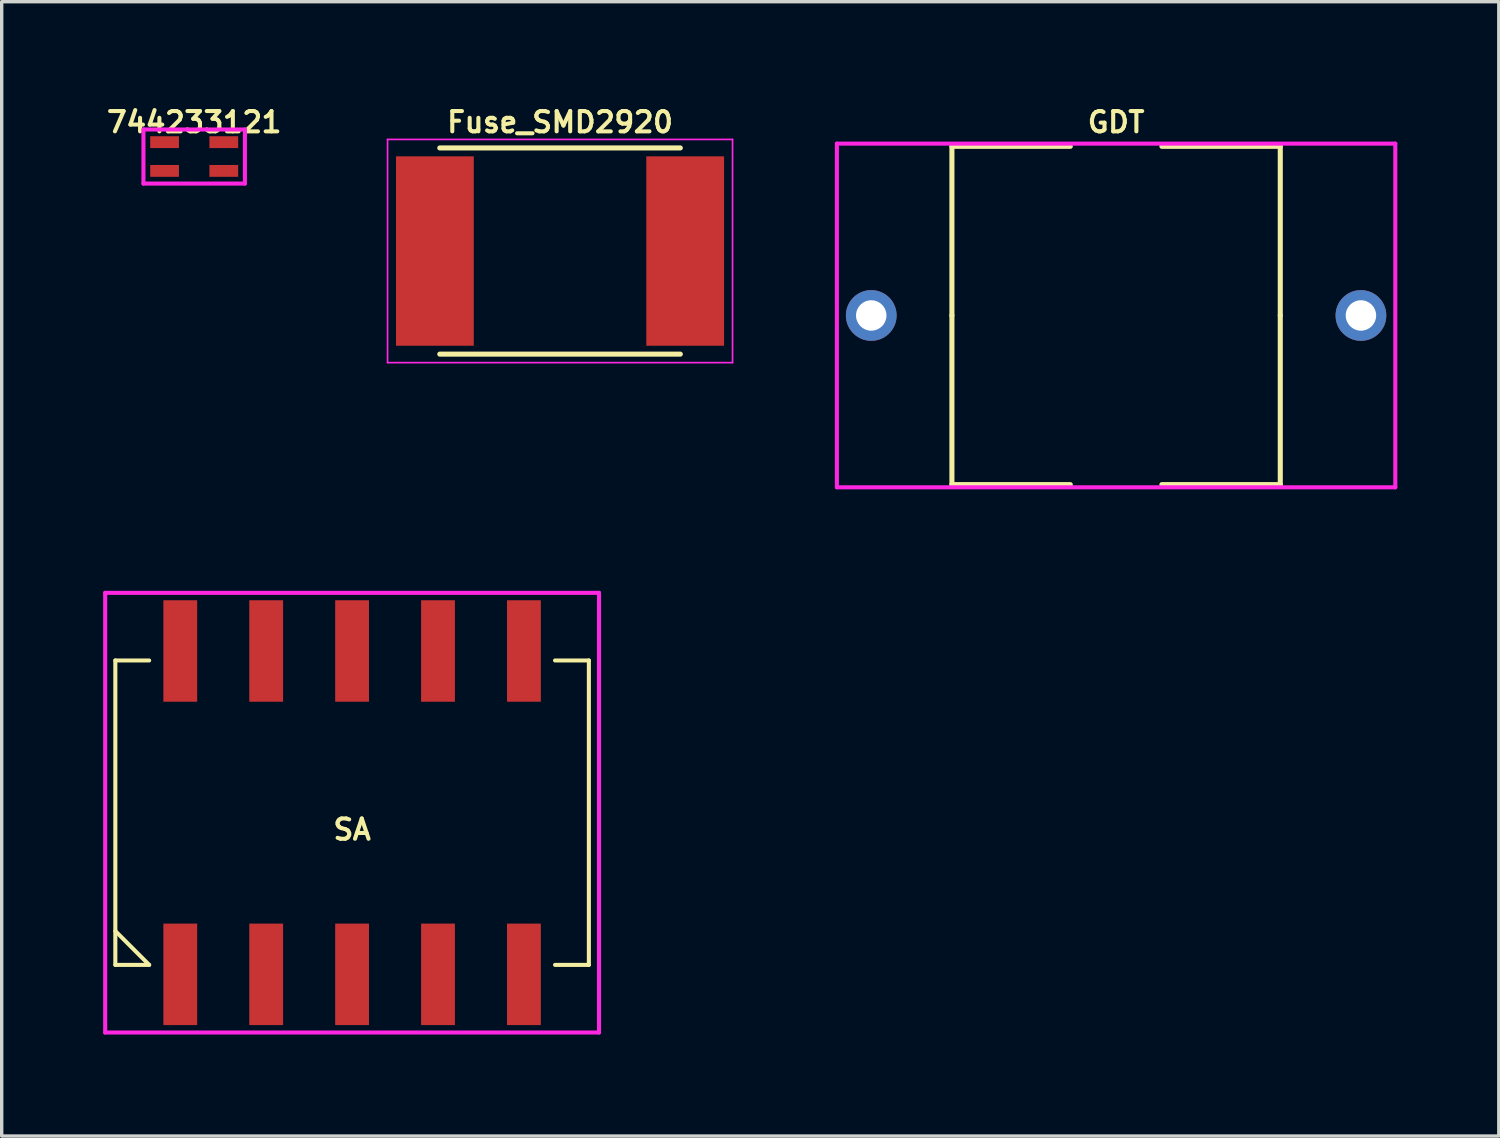
<source format=kicad_pcb>
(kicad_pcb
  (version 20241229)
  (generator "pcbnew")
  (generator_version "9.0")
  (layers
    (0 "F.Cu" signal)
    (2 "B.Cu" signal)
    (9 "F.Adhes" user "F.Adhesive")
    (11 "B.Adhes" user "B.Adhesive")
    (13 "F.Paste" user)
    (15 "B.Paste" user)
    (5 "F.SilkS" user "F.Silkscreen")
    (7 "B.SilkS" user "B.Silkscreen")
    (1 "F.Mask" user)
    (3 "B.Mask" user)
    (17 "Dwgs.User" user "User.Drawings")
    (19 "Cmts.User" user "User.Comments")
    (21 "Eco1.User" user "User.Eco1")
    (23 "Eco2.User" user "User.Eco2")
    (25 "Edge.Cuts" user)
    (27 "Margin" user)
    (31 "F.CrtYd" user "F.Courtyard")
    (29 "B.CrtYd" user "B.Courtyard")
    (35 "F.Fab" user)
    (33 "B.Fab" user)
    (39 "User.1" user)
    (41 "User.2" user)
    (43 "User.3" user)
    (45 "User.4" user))
  (footprint "Fuse_SMD2920"
    (layer "F.Cu")
    (at 13.508 4.372)
    (property "Reference" "Fuse_SMD2920" (at 0 -3.81 0) (layer "F.SilkS") (effects (font (size 0.6 0.6) (thickness 0.12))))
    (attr smd)
    (fp_line (start -3.556 -3.048) (end 3.556 -3.048) (stroke (width 0.15) (type solid)) (layer "F.SilkS"))
    (fp_line (start -3.556 3.048) (end 3.556 3.048) (stroke (width 0.15) (type solid)) (layer "F.SilkS"))
    (fp_line (start -5.1 -3.3) (end -5.1 3.3) (stroke (width 0.05) (type solid)) (layer "F.CrtYd"))
    (fp_line (start -5.1 -3.3) (end 5.1 -3.3) (stroke (width 0.05) (type solid)) (layer "F.CrtYd"))
    (fp_line (start -5.1 3.3) (end 5.1 3.3) (stroke (width 0.05) (type solid)) (layer "F.CrtYd"))
    (fp_line (start 5.1 -3.3) (end 5.1 3.3) (stroke (width 0.05) (type solid)) (layer "F.CrtYd"))
    (pad "1" smd rect (at -3.7 0 90) (size 5.6 2.3) (layers "F.Cu" "F.Mask" "F.Paste"))
    (pad "2" smd rect (at 3.7 0 90) (size 5.6 2.3) (layers "F.Cu" "F.Mask" "F.Paste")))
  (footprint "SA"
    (layer "F.Cu")
    (at 7.36 20.977)
    (property "Reference" "SA" (at 0 0.5 0) (layer "F.SilkS") (effects (font (size 0.6 0.6) (thickness 0.12))))
    (attr through_hole)
    (fp_line (start -7 -4.5) (end -7 4.5) (stroke (width 0.12) (type solid)) (layer "F.SilkS"))
    (fp_line (start -7 -4.5) (end -6 -4.5) (stroke (width 0.12) (type solid)) (layer "F.SilkS"))
    (fp_line (start -7 4.5) (end -6 4.5) (stroke (width 0.12) (type solid)) (layer "F.SilkS"))
    (fp_line (start -6 4.5) (end -7 3.5) (stroke (width 0.12) (type solid)) (layer "F.SilkS"))
    (fp_line (start 7 -4.5) (end 6 -4.5) (stroke (width 0.12) (type solid)) (layer "F.SilkS"))
    (fp_line (start 7 -4.5) (end 7 4.5) (stroke (width 0.12) (type solid)) (layer "F.SilkS"))
    (fp_line (start 7 4.5) (end 6 4.5) (stroke (width 0.12) (type solid)) (layer "F.SilkS"))
    (fp_line (start -7.3 -6.5) (end -7.3 6.5) (stroke (width 0.12) (type solid)) (layer "F.CrtYd"))
    (fp_line (start -7.3 6.5) (end 7.3 6.5) (stroke (width 0.12) (type solid)) (layer "F.CrtYd"))
    (fp_line (start 7.3 -6.5) (end -7.3 -6.5) (stroke (width 0.12) (type solid)) (layer "F.CrtYd"))
    (fp_line (start 7.3 6.5) (end 7.3 -6.5) (stroke (width 0.12) (type solid)) (layer "F.CrtYd"))
    (pad "1" smd rect (at -5.08 4.78) (size 1 3) (layers "F.Cu" "F.Mask" "F.Paste"))
    (pad "2" smd rect (at -2.54 4.78) (size 1 3) (layers "F.Cu" "F.Mask" "F.Paste"))
    (pad "3" smd rect (at 0 4.78) (size 1 3) (layers "F.Cu" "F.Mask" "F.Paste"))
    (pad "4" smd rect (at 2.54 4.78) (size 1 3) (layers "F.Cu" "F.Mask" "F.Paste"))
    (pad "5" smd rect (at 5.08 4.78) (size 1 3) (layers "F.Cu" "F.Mask" "F.Paste"))
    (pad "6" smd rect (at 5.08 -4.78) (size 1 3) (layers "F.Cu" "F.Mask" "F.Paste"))
    (pad "7" smd rect (at 2.54 -4.78) (size 1 3) (layers "F.Cu" "F.Mask" "F.Paste"))
    (pad "8" smd rect (at 0 -4.78) (size 1 3) (layers "F.Cu" "F.Mask" "F.Paste"))
    (pad "9" smd rect (at -2.54 -4.78) (size 1 3) (layers "F.Cu" "F.Mask" "F.Paste"))
    (pad "10" smd rect (at -5.08 -4.78) (size 1 3) (layers "F.Cu" "F.Mask" "F.Paste")))
  (footprint "744233121"
    (layer "F.Cu")
    (at 2.691 1.578)
    (property "Reference" "744233121" (at 0 -1.016 0) (layer "F.SilkS") (effects (font (size 0.6 0.6) (thickness 0.12))))
    (attr through_hole)
    (fp_line (start -1.5 -0.8) (end 1.5 -0.8) (stroke (width 0.12) (type solid)) (layer "F.CrtYd"))
    (fp_line (start -1.5 0.8) (end -1.5 -0.8) (stroke (width 0.12) (type solid)) (layer "F.CrtYd"))
    (fp_line (start 1.5 -0.8) (end 1.5 0.8) (stroke (width 0.12) (type solid)) (layer "F.CrtYd"))
    (fp_line (start 1.5 0.8) (end -1.5 0.8) (stroke (width 0.12) (type solid)) (layer "F.CrtYd"))
    (pad "1" smd rect (at -0.875 -0.425) (size 0.85 0.35) (layers "F.Cu" "F.Mask" "F.Paste"))
    (pad "2" smd rect (at 0.875 -0.425) (size 0.85 0.35) (layers "F.Cu" "F.Mask" "F.Paste"))
    (pad "3" smd rect (at 0.875 0.425) (size 0.85 0.35) (layers "F.Cu" "F.Mask" "F.Paste"))
    (pad "4" smd rect (at -0.875 0.425) (size 0.85 0.35) (layers "F.Cu" "F.Mask" "F.Paste")))
  (footprint "GDT"
    (layer "F.Cu")
    (at 29.948 6.277)
    (property "Reference" "GDT" (at 0 -5.715 0) (layer "F.SilkS") (effects (font (size 0.6 0.6) (thickness 0.12))))
    (attr through_hole)
    (fp_line (start -4.854 -5) (end -1.354 -5) (stroke (width 0.15) (type solid)) (layer "F.SilkS"))
    (fp_line (start -4.854 0) (end -4.854 -5) (stroke (width 0.15) (type solid)) (layer "F.SilkS"))
    (fp_line (start -4.854 0) (end -4.854 5) (stroke (width 0.15) (type solid)) (layer "F.SilkS"))
    (fp_line (start -1.354 5) (end -4.854 5) (stroke (width 0.15) (type solid)) (layer "F.SilkS"))
    (fp_line (start 1.354 -5) (end 4.854 -5) (stroke (width 0.15) (type solid)) (layer "F.SilkS"))
    (fp_line (start 1.354 5) (end 4.854 5) (stroke (width 0.15) (type solid)) (layer "F.SilkS"))
    (fp_line (start 4.854 0) (end 4.854 -5) (stroke (width 0.15) (type solid)) (layer "F.SilkS"))
    (fp_line (start 4.854 0) (end 4.854 5) (stroke (width 0.15) (type solid)) (layer "F.SilkS"))
    (fp_line (start -8.255 -5.08) (end 8.255 -5.08) (stroke (width 0.12) (type solid)) (layer "F.CrtYd"))
    (fp_line (start -8.255 5.08) (end -8.255 -5.08) (stroke (width 0.12) (type solid)) (layer "F.CrtYd"))
    (fp_line (start 8.255 -5.08) (end 8.255 5.08) (stroke (width 0.12) (type solid)) (layer "F.CrtYd"))
    (fp_line (start 8.255 5.08) (end -8.255 5.08) (stroke (width 0.12) (type solid)) (layer "F.CrtYd"))
    (pad "1" thru_hole circle (at -7.239 0) (size 1.5 1.5) (drill 0.9) (layers "*.Cu" "*.Mask"))
    (pad "2" thru_hole circle (at 7.239 0) (size 1.5 1.5) (drill 0.9) (layers "*.Cu" "*.Mask")))
  (gr_rect
    (start -3 -3)
    (end 41.263 30.537)
    (stroke (width 0.1) (type default))
    (fill no)
    (layer "Edge.Cuts")))
</source>
